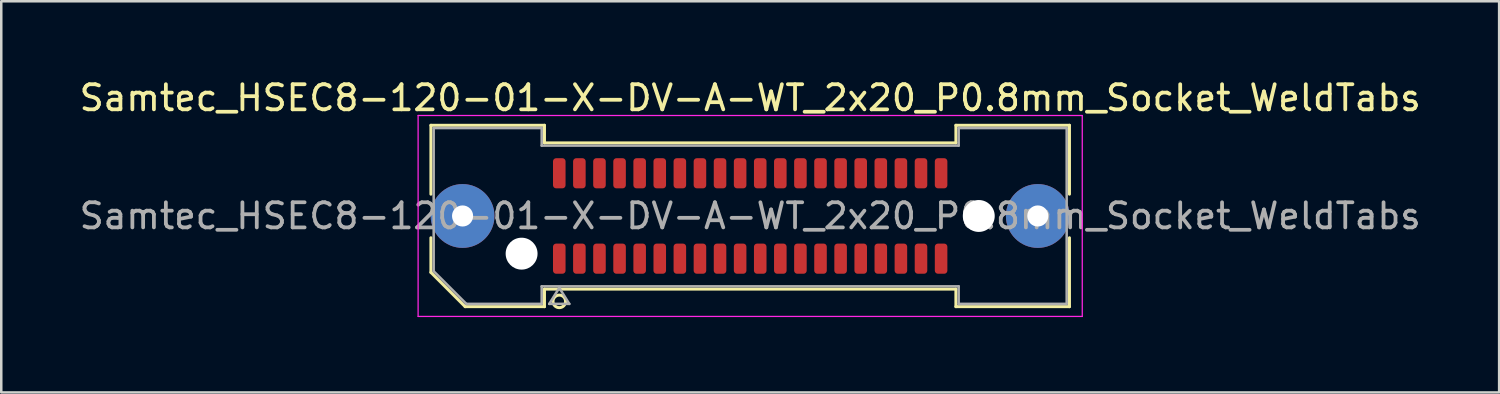
<source format=kicad_pcb>
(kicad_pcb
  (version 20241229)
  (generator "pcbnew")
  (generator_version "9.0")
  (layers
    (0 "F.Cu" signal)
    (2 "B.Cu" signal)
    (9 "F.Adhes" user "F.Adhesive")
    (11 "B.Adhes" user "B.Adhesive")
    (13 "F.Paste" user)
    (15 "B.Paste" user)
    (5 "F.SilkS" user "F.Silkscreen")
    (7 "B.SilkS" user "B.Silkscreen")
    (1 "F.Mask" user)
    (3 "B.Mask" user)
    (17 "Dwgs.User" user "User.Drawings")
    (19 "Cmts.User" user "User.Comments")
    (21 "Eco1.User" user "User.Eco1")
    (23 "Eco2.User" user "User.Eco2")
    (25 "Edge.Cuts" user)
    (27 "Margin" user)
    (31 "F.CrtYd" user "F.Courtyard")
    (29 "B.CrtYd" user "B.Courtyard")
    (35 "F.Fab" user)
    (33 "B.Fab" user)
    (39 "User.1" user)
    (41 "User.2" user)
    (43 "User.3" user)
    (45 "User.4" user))
  (footprint "Samtec_HSEC8-120-01-X-DV-A-WT_2x20_P0.8mm_Socket_WeldTabs"
    (layer "F.Cu")
    (at 26.815 5.548)
    (property "Reference" "Samtec_HSEC8-120-01-X-DV-A-WT_2x20_P0.8mm_Socket_WeldTabs" (at 0 -4.7 0) (layer "F.SilkS") (effects (font (size 1 1) (thickness 0.15))))
    (attr smd)
    (fp_line (start -12.71 -3.61) (end -8.19 -3.61) (stroke (width 0.12) (type solid)) (layer "F.SilkS"))
    (fp_line (start -12.71 -0.868) (end -12.71 -3.61) (stroke (width 0.12) (type solid)) (layer "F.SilkS"))
    (fp_line (start -12.71 2.246) (end -12.71 0.868) (stroke (width 0.12) (type solid)) (layer "F.SilkS"))
    (fp_line (start -11.346 3.61) (end -12.71 2.246) (stroke (width 0.12) (type solid)) (layer "F.SilkS"))
    (fp_line (start -8.19 -3.61) (end -8.19 -2.91) (stroke (width 0.12) (type solid)) (layer "F.SilkS"))
    (fp_line (start -8.19 -2.91) (end 8.19 -2.91) (stroke (width 0.12) (type solid)) (layer "F.SilkS"))
    (fp_line (start -8.19 2.91) (end -8.19 3.61) (stroke (width 0.12) (type solid)) (layer "F.SilkS"))
    (fp_line (start -8.19 3.61) (end -11.346 3.61) (stroke (width 0.12) (type solid)) (layer "F.SilkS"))
    (fp_line (start 8.19 -3.61) (end 12.71 -3.61) (stroke (width 0.12) (type solid)) (layer "F.SilkS"))
    (fp_line (start 8.19 -2.91) (end 8.19 -3.61) (stroke (width 0.12) (type solid)) (layer "F.SilkS"))
    (fp_line (start 8.19 2.91) (end -8.19 2.91) (stroke (width 0.12) (type solid)) (layer "F.SilkS"))
    (fp_line (start 8.19 3.61) (end 8.19 2.91) (stroke (width 0.12) (type solid)) (layer "F.SilkS"))
    (fp_line (start 12.71 -3.61) (end 12.71 -0.868) (stroke (width 0.12) (type solid)) (layer "F.SilkS"))
    (fp_line (start 12.71 0.868) (end 12.71 3.61) (stroke (width 0.12) (type solid)) (layer "F.SilkS"))
    (fp_line (start 12.71 3.61) (end 8.19 3.61) (stroke (width 0.12) (type solid)) (layer "F.SilkS"))
    (fp_arc (start -7.35 3.4) (mid -7.85 3.4) (end -7.35 3.4) (stroke (width 0.12) (type solid)) (layer "F.SilkS"))
    (fp_line (start -13.22 -4) (end -13.22 4) (stroke (width 0.05) (type solid)) (layer "F.CrtYd"))
    (fp_line (start -13.22 4) (end 13.22 4) (stroke (width 0.05) (type solid)) (layer "F.CrtYd"))
    (fp_line (start 13.22 -4) (end -13.22 -4) (stroke (width 0.05) (type solid)) (layer "F.CrtYd"))
    (fp_line (start 13.22 4) (end 13.22 -4) (stroke (width 0.05) (type solid)) (layer "F.CrtYd"))
    (fp_line (start -12.6 -3.5) (end -8.3 -3.5) (stroke (width 0.1) (type solid)) (layer "F.Fab"))
    (fp_line (start -12.6 2.2) (end -12.6 -3.5) (stroke (width 0.1) (type solid)) (layer "F.Fab"))
    (fp_line (start -11.3 3.5) (end -12.6 2.2) (stroke (width 0.1) (type solid)) (layer "F.Fab"))
    (fp_line (start -8.3 -3.5) (end -8.3 -2.8) (stroke (width 0.1) (type solid)) (layer "F.Fab"))
    (fp_line (start -8.3 -2.8) (end 8.3 -2.8) (stroke (width 0.1) (type solid)) (layer "F.Fab"))
    (fp_line (start -8.3 2.8) (end -8.3 3.5) (stroke (width 0.1) (type solid)) (layer "F.Fab"))
    (fp_line (start -8.3 3.5) (end -11.3 3.5) (stroke (width 0.1) (type solid)) (layer "F.Fab"))
    (fp_line (start -8 3.5) (end -7.6 2.86) (stroke (width 0.1) (type solid)) (layer "F.Fab"))
    (fp_line (start -7.6 2.86) (end -7.2 3.5) (stroke (width 0.1) (type solid)) (layer "F.Fab"))
    (fp_line (start -7.2 3.5) (end -8 3.5) (stroke (width 0.1) (type solid)) (layer "F.Fab"))
    (fp_line (start 8.3 -3.5) (end 12.6 -3.5) (stroke (width 0.1) (type solid)) (layer "F.Fab"))
    (fp_line (start 8.3 -2.8) (end 8.3 -3.5) (stroke (width 0.1) (type solid)) (layer "F.Fab"))
    (fp_line (start 8.3 2.8) (end -8.3 2.8) (stroke (width 0.1) (type solid)) (layer "F.Fab"))
    (fp_line (start 8.3 3.5) (end 8.3 2.8) (stroke (width 0.1) (type solid)) (layer "F.Fab"))
    (fp_line (start 12.6 -3.5) (end 12.6 3.5) (stroke (width 0.1) (type solid)) (layer "F.Fab"))
    (fp_line (start 12.6 3.5) (end 8.3 3.5) (stroke (width 0.1) (type solid)) (layer "F.Fab"))
    (fp_text user "${REFERENCE}" (at 0 0 0) (layer "F.Fab") (effects (font (size 1 1) (thickness 0.15))))
    (pad "" thru_hole circle (at -11.45 0) (size 2.54 2.54) (drill 0.84) (layers "*.Cu" "*.Mask" "F.Paste"))
    (pad "" np_thru_hole circle (at -9.1 1.5) (size 1.27 1.27) (drill 1.27) (layers "*.Cu" "*.Mask"))
    (pad "" np_thru_hole circle (at 9.1 0) (size 1.27 1.27) (drill 1.27) (layers "*.Cu" "*.Mask"))
    (pad "" thru_hole circle (at 11.45 0) (size 2.54 2.54) (drill 0.84) (layers "*.Cu" "*.Mask" "F.Paste"))
    (pad "1" smd roundrect (at -7.6 1.7) (size 0.5 1.2) (layers "F.Cu" "F.Mask" "F.Paste") (roundrect_rratio 0.25))
    (pad "2" smd roundrect (at -7.6 -1.7) (size 0.5 1.2) (layers "F.Cu" "F.Mask" "F.Paste") (roundrect_rratio 0.25))
    (pad "3" smd roundrect (at -6.8 1.7) (size 0.5 1.2) (layers "F.Cu" "F.Mask" "F.Paste") (roundrect_rratio 0.25))
    (pad "4" smd roundrect (at -6.8 -1.7) (size 0.5 1.2) (layers "F.Cu" "F.Mask" "F.Paste") (roundrect_rratio 0.25))
    (pad "5" smd roundrect (at -6 1.7) (size 0.5 1.2) (layers "F.Cu" "F.Mask" "F.Paste") (roundrect_rratio 0.25))
    (pad "6" smd roundrect (at -6 -1.7) (size 0.5 1.2) (layers "F.Cu" "F.Mask" "F.Paste") (roundrect_rratio 0.25))
    (pad "7" smd roundrect (at -5.2 1.7) (size 0.5 1.2) (layers "F.Cu" "F.Mask" "F.Paste") (roundrect_rratio 0.25))
    (pad "8" smd roundrect (at -5.2 -1.7) (size 0.5 1.2) (layers "F.Cu" "F.Mask" "F.Paste") (roundrect_rratio 0.25))
    (pad "9" smd roundrect (at -4.4 1.7) (size 0.5 1.2) (layers "F.Cu" "F.Mask" "F.Paste") (roundrect_rratio 0.25))
    (pad "10" smd roundrect (at -4.4 -1.7) (size 0.5 1.2) (layers "F.Cu" "F.Mask" "F.Paste") (roundrect_rratio 0.25))
    (pad "11" smd roundrect (at -3.6 1.7) (size 0.5 1.2) (layers "F.Cu" "F.Mask" "F.Paste") (roundrect_rratio 0.25))
    (pad "12" smd roundrect (at -3.6 -1.7) (size 0.5 1.2) (layers "F.Cu" "F.Mask" "F.Paste") (roundrect_rratio 0.25))
    (pad "13" smd roundrect (at -2.8 1.7) (size 0.5 1.2) (layers "F.Cu" "F.Mask" "F.Paste") (roundrect_rratio 0.25))
    (pad "14" smd roundrect (at -2.8 -1.7) (size 0.5 1.2) (layers "F.Cu" "F.Mask" "F.Paste") (roundrect_rratio 0.25))
    (pad "15" smd roundrect (at -2 1.7) (size 0.5 1.2) (layers "F.Cu" "F.Mask" "F.Paste") (roundrect_rratio 0.25))
    (pad "16" smd roundrect (at -2 -1.7) (size 0.5 1.2) (layers "F.Cu" "F.Mask" "F.Paste") (roundrect_rratio 0.25))
    (pad "17" smd roundrect (at -1.2 1.7) (size 0.5 1.2) (layers "F.Cu" "F.Mask" "F.Paste") (roundrect_rratio 0.25))
    (pad "18" smd roundrect (at -1.2 -1.7) (size 0.5 1.2) (layers "F.Cu" "F.Mask" "F.Paste") (roundrect_rratio 0.25))
    (pad "19" smd roundrect (at -0.4 1.7) (size 0.5 1.2) (layers "F.Cu" "F.Mask" "F.Paste") (roundrect_rratio 0.25))
    (pad "20" smd roundrect (at -0.4 -1.7) (size 0.5 1.2) (layers "F.Cu" "F.Mask" "F.Paste") (roundrect_rratio 0.25))
    (pad "21" smd roundrect (at 0.4 1.7) (size 0.5 1.2) (layers "F.Cu" "F.Mask" "F.Paste") (roundrect_rratio 0.25))
    (pad "22" smd roundrect (at 0.4 -1.7) (size 0.5 1.2) (layers "F.Cu" "F.Mask" "F.Paste") (roundrect_rratio 0.25))
    (pad "23" smd roundrect (at 1.2 1.7) (size 0.5 1.2) (layers "F.Cu" "F.Mask" "F.Paste") (roundrect_rratio 0.25))
    (pad "24" smd roundrect (at 1.2 -1.7) (size 0.5 1.2) (layers "F.Cu" "F.Mask" "F.Paste") (roundrect_rratio 0.25))
    (pad "25" smd roundrect (at 2 1.7) (size 0.5 1.2) (layers "F.Cu" "F.Mask" "F.Paste") (roundrect_rratio 0.25))
    (pad "26" smd roundrect (at 2 -1.7) (size 0.5 1.2) (layers "F.Cu" "F.Mask" "F.Paste") (roundrect_rratio 0.25))
    (pad "27" smd roundrect (at 2.8 1.7) (size 0.5 1.2) (layers "F.Cu" "F.Mask" "F.Paste") (roundrect_rratio 0.25))
    (pad "28" smd roundrect (at 2.8 -1.7) (size 0.5 1.2) (layers "F.Cu" "F.Mask" "F.Paste") (roundrect_rratio 0.25))
    (pad "29" smd roundrect (at 3.6 1.7) (size 0.5 1.2) (layers "F.Cu" "F.Mask" "F.Paste") (roundrect_rratio 0.25))
    (pad "30" smd roundrect (at 3.6 -1.7) (size 0.5 1.2) (layers "F.Cu" "F.Mask" "F.Paste") (roundrect_rratio 0.25))
    (pad "31" smd roundrect (at 4.4 1.7) (size 0.5 1.2) (layers "F.Cu" "F.Mask" "F.Paste") (roundrect_rratio 0.25))
    (pad "32" smd roundrect (at 4.4 -1.7) (size 0.5 1.2) (layers "F.Cu" "F.Mask" "F.Paste") (roundrect_rratio 0.25))
    (pad "33" smd roundrect (at 5.2 1.7) (size 0.5 1.2) (layers "F.Cu" "F.Mask" "F.Paste") (roundrect_rratio 0.25))
    (pad "34" smd roundrect (at 5.2 -1.7) (size 0.5 1.2) (layers "F.Cu" "F.Mask" "F.Paste") (roundrect_rratio 0.25))
    (pad "35" smd roundrect (at 6 1.7) (size 0.5 1.2) (layers "F.Cu" "F.Mask" "F.Paste") (roundrect_rratio 0.25))
    (pad "36" smd roundrect (at 6 -1.7) (size 0.5 1.2) (layers "F.Cu" "F.Mask" "F.Paste") (roundrect_rratio 0.25))
    (pad "37" smd roundrect (at 6.8 1.7) (size 0.5 1.2) (layers "F.Cu" "F.Mask" "F.Paste") (roundrect_rratio 0.25))
    (pad "38" smd roundrect (at 6.8 -1.7) (size 0.5 1.2) (layers "F.Cu" "F.Mask" "F.Paste") (roundrect_rratio 0.25))
    (pad "39" smd roundrect (at 7.6 1.7) (size 0.5 1.2) (layers "F.Cu" "F.Mask" "F.Paste") (roundrect_rratio 0.25))
    (pad "40" smd roundrect (at 7.6 -1.7) (size 0.5 1.2) (layers "F.Cu" "F.Mask" "F.Paste") (roundrect_rratio 0.25)))
  (gr_rect
    (start -3 -3)
    (end 56.631 12.573)
    (stroke (width 0.1) (type default))
    (fill no)
    (layer "Edge.Cuts")))
</source>
